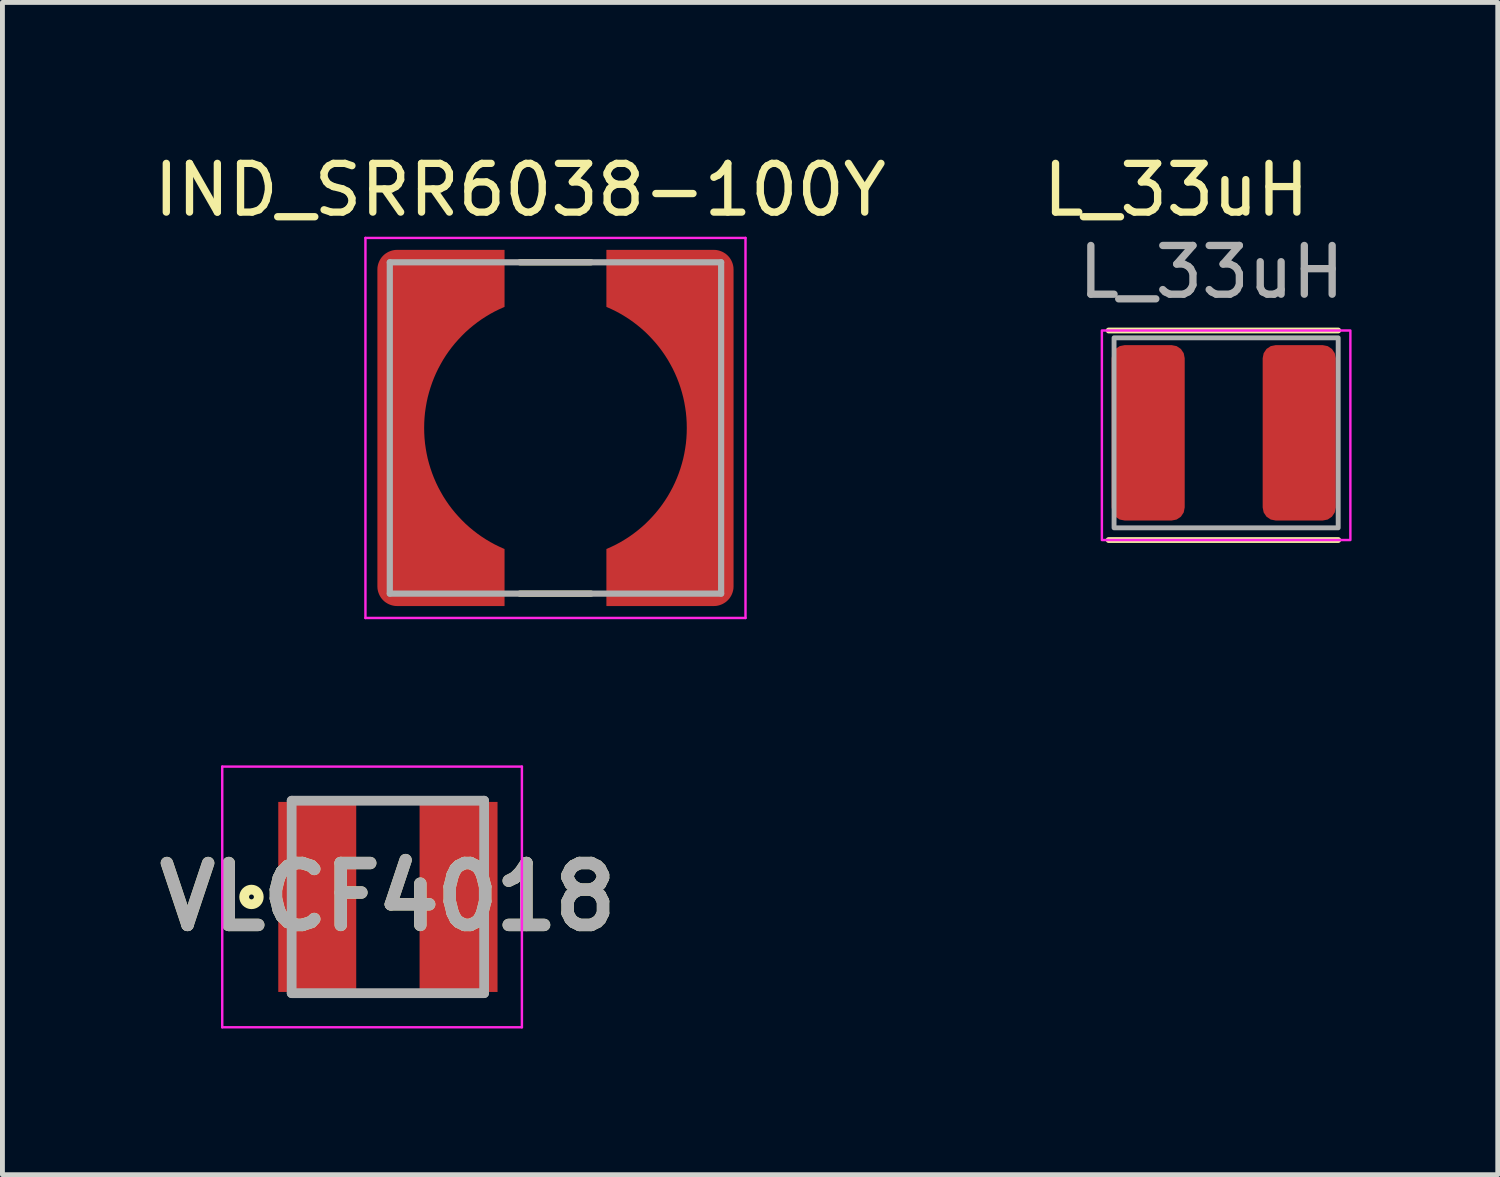
<source format=kicad_pcb>
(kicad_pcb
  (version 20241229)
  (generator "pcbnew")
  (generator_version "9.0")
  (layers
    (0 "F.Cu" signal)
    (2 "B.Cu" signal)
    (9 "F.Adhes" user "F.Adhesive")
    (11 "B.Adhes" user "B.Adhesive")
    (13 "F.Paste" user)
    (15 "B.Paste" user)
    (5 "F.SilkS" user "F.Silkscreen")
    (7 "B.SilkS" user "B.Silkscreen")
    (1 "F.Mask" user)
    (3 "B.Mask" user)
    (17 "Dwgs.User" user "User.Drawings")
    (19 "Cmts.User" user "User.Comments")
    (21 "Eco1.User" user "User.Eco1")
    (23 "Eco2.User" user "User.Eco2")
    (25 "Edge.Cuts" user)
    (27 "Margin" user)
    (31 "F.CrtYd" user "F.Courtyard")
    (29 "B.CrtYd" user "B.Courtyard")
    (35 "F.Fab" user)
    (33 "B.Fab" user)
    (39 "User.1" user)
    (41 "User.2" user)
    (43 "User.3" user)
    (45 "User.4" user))
  (footprint "VLCF4018"
    (layer "F.Cu")
    (at 4.911 15.358)
    (property "Reference" "VLCF4018" (at 0 0 0) (layer "F.SilkS") (effects (font (size 1.27 1.27) (thickness 0.254))))
    (attr smd)
    (fp_circle (center -2.8 0) (end -2.8 0.05) (stroke (width 0.2) (type solid)) (fill no) (layer "F.SilkS"))
    (fp_line (start -3.4 -2.675) (end 2.75 -2.675) (stroke (width 0.05) (type solid)) (layer "F.CrtYd"))
    (fp_line (start -3.4 2.675) (end -3.4 -2.675) (stroke (width 0.05) (type solid)) (layer "F.CrtYd"))
    (fp_line (start 2.75 -2.675) (end 2.75 2.675) (stroke (width 0.05) (type solid)) (layer "F.CrtYd"))
    (fp_line (start 2.75 2.675) (end -3.4 2.675) (stroke (width 0.05) (type solid)) (layer "F.CrtYd"))
    (fp_line (start -1.975 -1.975) (end 1.975 -1.975) (stroke (width 0.2) (type solid)) (layer "F.Fab"))
    (fp_line (start -1.975 1.975) (end -1.975 -1.975) (stroke (width 0.2) (type solid)) (layer "F.Fab"))
    (fp_line (start 1.975 -1.975) (end 1.975 1.975) (stroke (width 0.2) (type solid)) (layer "F.Fab"))
    (fp_line (start 1.975 1.975) (end -1.975 1.975) (stroke (width 0.2) (type solid)) (layer "F.Fab"))
    (fp_text user "${REFERENCE}" (at 0 0 0) (layer "F.Fab") (effects (font (size 1.27 1.27) (thickness 0.254))))
    (pad "1" smd rect (at -1.45 0) (size 1.6 3.9) (layers "F.Cu" "F.Mask" "F.Paste"))
    (pad "2" smd rect (at 1.45 0) (size 1.6 3.9) (layers "F.Cu" "F.Mask" "F.Paste")))
  (footprint "L_33uH"
    (layer "F.Cu")
    (at 21.814 5.733)
    (property "Reference" "L_33uH" (at -0.725 -4.885 0) (layer "F.SilkS") (effects (font (size 1 1) (thickness 0.15))))
    (attr smd)
    (fp_line (start -2.11 -2) (end 2.6 -2) (stroke (width 0.12) (type solid)) (layer "F.SilkS"))
    (fp_line (start 2.6 2.3) (end -2.11 2.3) (stroke (width 0.12) (type solid)) (layer "F.SilkS"))
    (fp_rect (start -2.25 -2) (end 2.85 2.3) (stroke (width 0.05) (type solid)) (fill no) (layer "F.CrtYd"))
    (fp_rect (start -2 -1.85) (end 2.6 2.05) (stroke (width 0.1) (type solid)) (fill no) (layer "F.Fab"))
    (fp_text user "${REFERENCE}" (at 0 -3.2 0) (layer "F.Fab") (effects (font (size 1 1) (thickness 0.15))))
    (pad "1" smd roundrect (at -1.3 0.1) (size 1.5 3.6) (layers "F.Cu" "F.Mask" "F.Paste") (roundrect_rratio 0.179))
    (pad "2" smd roundrect (at 1.8 0.1) (size 1.5 3.6) (layers "F.Cu" "F.Mask" "F.Paste") (roundrect_rratio 0.179)))
  (footprint "IND_SRR6038-100Y"
    (layer "F.Cu")
    (at 8.35 5.733)
    (property "Reference" "IND_SRR6038-100Y" (at -0.725 -4.885 0) (layer "F.SilkS") (effects (font (size 1 1) (thickness 0.15))))
    (attr smd)
    (fp_poly (pts (xy -3.75 3.25) (xy -3.75 -3.25) (xy -3.749 -3.276) (xy -3.747 -3.302) (xy -3.744 -3.328) (xy -3.739 -3.354) (xy -3.733 -3.379) (xy -3.726 -3.405) (xy -3.717 -3.429) (xy -3.707 -3.453) (xy -3.696 -3.477) (xy -3.683 -3.5) (xy -3.669 -3.522) (xy -3.655 -3.544) (xy -3.639 -3.565) (xy -3.622 -3.585) (xy -3.604 -3.604) (xy -3.585 -3.622) (xy -3.565 -3.639) (xy -3.544 -3.655) (xy -3.522 -3.669) (xy -3.5 -3.683) (xy -3.477 -3.696) (xy -3.453 -3.707) (xy -3.429 -3.717) (xy -3.405 -3.726) (xy -3.379 -3.733) (xy -3.354 -3.739) (xy -3.328 -3.744) (xy -3.302 -3.747) (xy -3.276 -3.749) (xy -3.25 -3.75) (xy -0.95 -3.75) (xy -0.95 -2.421) (xy -1.031 -2.388) (xy -1.126 -2.345) (xy -1.219 -2.298) (xy -1.31 -2.247) (xy -1.399 -2.193) (xy -1.485 -2.135) (xy -1.57 -2.074) (xy -1.652 -2.01) (xy -1.731 -1.942) (xy -1.807 -1.871) (xy -1.881 -1.797) (xy -1.951 -1.72) (xy -2.019 -1.641) (xy -2.083 -1.559) (xy -2.143 -1.474) (xy -2.201 -1.387) (xy -2.254 -1.298) (xy -2.305 -1.206) (xy -2.351 -1.113) (xy -2.394 -1.018) (xy -2.432 -0.921) (xy -2.467 -0.823) (xy -2.498 -0.723) (xy -2.525 -0.623) (xy -2.548 -0.521) (xy -2.567 -0.418) (xy -2.581 -0.315) (xy -2.592 -0.212) (xy -2.598 -0.108) (xy -2.6 0) (xy -2.598 0.108) (xy -2.592 0.212) (xy -2.581 0.315) (xy -2.567 0.418) (xy -2.548 0.521) (xy -2.525 0.623) (xy -2.498 0.723) (xy -2.467 0.823) (xy -2.432 0.921) (xy -2.394 1.018) (xy -2.351 1.113) (xy -2.305 1.206) (xy -2.254 1.298) (xy -2.201 1.387) (xy -2.143 1.474) (xy -2.083 1.559) (xy -2.019 1.641) (xy -1.951 1.72) (xy -1.881 1.797) (xy -1.807 1.871) (xy -1.731 1.942) (xy -1.652 2.01) (xy -1.57 2.074) (xy -1.485 2.135) (xy -1.399 2.193) (xy -1.31 2.247) (xy -1.219 2.298) (xy -1.126 2.345) (xy -1.031 2.388) (xy -0.95 2.421) (xy -0.95 3.75) (xy -3.25 3.75) (xy -3.276 3.749) (xy -3.302 3.747) (xy -3.328 3.744) (xy -3.354 3.739) (xy -3.379 3.733) (xy -3.405 3.726) (xy -3.429 3.717) (xy -3.453 3.707) (xy -3.477 3.696) (xy -3.5 3.683) (xy -3.522 3.669) (xy -3.544 3.655) (xy -3.565 3.639) (xy -3.585 3.622) (xy -3.604 3.604) (xy -3.622 3.585) (xy -3.639 3.565) (xy -3.655 3.544) (xy -3.669 3.522) (xy -3.683 3.5) (xy -3.696 3.477) (xy -3.707 3.453) (xy -3.717 3.429) (xy -3.726 3.405) (xy -3.733 3.379) (xy -3.739 3.354) (xy -3.744 3.328) (xy -3.747 3.302) (xy -3.749 3.276) (xy -3.75 3.25)) (stroke (width 0.01) (type solid)) (fill yes) (layer "F.Mask"))
    (fp_poly (pts (xy 0.95 -3.75) (xy 3.25 -3.75) (xy 3.276 -3.749) (xy 3.302 -3.747) (xy 3.328 -3.744) (xy 3.354 -3.739) (xy 3.379 -3.733) (xy 3.405 -3.726) (xy 3.429 -3.717) (xy 3.453 -3.707) (xy 3.477 -3.696) (xy 3.5 -3.683) (xy 3.522 -3.669) (xy 3.544 -3.655) (xy 3.565 -3.639) (xy 3.585 -3.622) (xy 3.604 -3.604) (xy 3.622 -3.585) (xy 3.639 -3.565) (xy 3.655 -3.544) (xy 3.669 -3.522) (xy 3.683 -3.5) (xy 3.696 -3.477) (xy 3.707 -3.453) (xy 3.717 -3.429) (xy 3.726 -3.405) (xy 3.733 -3.379) (xy 3.739 -3.354) (xy 3.744 -3.328) (xy 3.747 -3.302) (xy 3.749 -3.276) (xy 3.75 -3.25) (xy 3.75 3.25) (xy 3.749 3.276) (xy 3.747 3.302) (xy 3.744 3.328) (xy 3.739 3.354) (xy 3.733 3.379) (xy 3.726 3.405) (xy 3.717 3.429) (xy 3.707 3.453) (xy 3.696 3.477) (xy 3.683 3.5) (xy 3.669 3.522) (xy 3.655 3.544) (xy 3.639 3.565) (xy 3.622 3.585) (xy 3.604 3.604) (xy 3.585 3.622) (xy 3.565 3.639) (xy 3.544 3.655) (xy 3.522 3.669) (xy 3.5 3.683) (xy 3.477 3.696) (xy 3.453 3.707) (xy 3.429 3.717) (xy 3.405 3.726) (xy 3.379 3.733) (xy 3.354 3.739) (xy 3.328 3.744) (xy 3.302 3.747) (xy 3.276 3.749) (xy 3.25 3.75) (xy 0.95 3.75) (xy 0.95 2.421) (xy 1.031 2.388) (xy 1.126 2.345) (xy 1.219 2.298) (xy 1.31 2.247) (xy 1.399 2.193) (xy 1.485 2.135) (xy 1.57 2.074) (xy 1.652 2.01) (xy 1.731 1.942) (xy 1.807 1.871) (xy 1.881 1.797) (xy 1.951 1.72) (xy 2.019 1.641) (xy 2.083 1.559) (xy 2.143 1.474) (xy 2.201 1.387) (xy 2.254 1.298) (xy 2.305 1.206) (xy 2.351 1.113) (xy 2.394 1.018) (xy 2.432 0.921) (xy 2.467 0.823) (xy 2.498 0.723) (xy 2.525 0.623) (xy 2.548 0.521) (xy 2.567 0.418) (xy 2.581 0.315) (xy 2.592 0.212) (xy 2.598 0.108) (xy 2.6 0) (xy 2.598 -0.108) (xy 2.592 -0.212) (xy 2.581 -0.315) (xy 2.567 -0.418) (xy 2.548 -0.521) (xy 2.525 -0.623) (xy 2.498 -0.723) (xy 2.467 -0.823) (xy 2.432 -0.921) (xy 2.394 -1.018) (xy 2.351 -1.113) (xy 2.305 -1.206) (xy 2.254 -1.298) (xy 2.201 -1.387) (xy 2.143 -1.474) (xy 2.083 -1.559) (xy 2.019 -1.641) (xy 1.951 -1.72) (xy 1.881 -1.797) (xy 1.807 -1.871) (xy 1.731 -1.942) (xy 1.652 -2.01) (xy 1.57 -2.074) (xy 1.485 -2.135) (xy 1.399 -2.193) (xy 1.31 -2.247) (xy 1.219 -2.298) (xy 1.126 -2.345) (xy 1.031 -2.388) (xy 0.95 -2.421) (xy 0.95 -3.75)) (stroke (width 0.01) (type solid)) (fill yes) (layer "F.Mask"))
    (fp_line (start -0.73 -3.4) (end 0.73 -3.4) (stroke (width 0.127) (type solid)) (layer "F.SilkS"))
    (fp_line (start 0.73 3.4) (end -0.73 3.4) (stroke (width 0.127) (type solid)) (layer "F.SilkS"))
    (fp_poly (pts (xy -1.05 3.65) (xy -3.25 3.65) (xy -3.271 3.649) (xy -3.292 3.648) (xy -3.313 3.645) (xy -3.333 3.641) (xy -3.354 3.636) (xy -3.374 3.63) (xy -3.393 3.623) (xy -3.413 3.615) (xy -3.432 3.606) (xy -3.45 3.596) (xy -3.468 3.585) (xy -3.485 3.574) (xy -3.502 3.561) (xy -3.518 3.547) (xy -3.533 3.533) (xy -3.547 3.518) (xy -3.561 3.502) (xy -3.574 3.485) (xy -3.585 3.468) (xy -3.596 3.45) (xy -3.606 3.432) (xy -3.615 3.413) (xy -3.623 3.393) (xy -3.63 3.374) (xy -3.636 3.354) (xy -3.641 3.333) (xy -3.645 3.313) (xy -3.648 3.292) (xy -3.649 3.271) (xy -3.65 3.25) (xy -3.65 -3.25) (xy -3.649 -3.271) (xy -3.648 -3.292) (xy -3.645 -3.313) (xy -3.641 -3.333) (xy -3.636 -3.354) (xy -3.63 -3.374) (xy -3.623 -3.393) (xy -3.615 -3.413) (xy -3.606 -3.432) (xy -3.596 -3.45) (xy -3.585 -3.468) (xy -3.574 -3.485) (xy -3.561 -3.502) (xy -3.547 -3.518) (xy -3.533 -3.533) (xy -3.518 -3.547) (xy -3.502 -3.561) (xy -3.485 -3.574) (xy -3.468 -3.585) (xy -3.45 -3.596) (xy -3.432 -3.606) (xy -3.413 -3.615) (xy -3.393 -3.623) (xy -3.374 -3.63) (xy -3.354 -3.636) (xy -3.333 -3.641) (xy -3.313 -3.645) (xy -3.292 -3.648) (xy -3.271 -3.649) (xy -3.25 -3.65) (xy -1.05 -3.65) (xy -1.05 -2.488) (xy -1.155 -2.441) (xy -1.249 -2.395) (xy -1.341 -2.345) (xy -1.431 -2.291) (xy -1.519 -2.234) (xy -1.605 -2.173) (xy -1.688 -2.109) (xy -1.769 -2.042) (xy -1.847 -1.972) (xy -1.922 -1.898) (xy -1.994 -1.822) (xy -2.064 -1.743) (xy -2.13 -1.662) (xy -2.193 -1.578) (xy -2.253 -1.491) (xy -2.309 -1.403) (xy -2.361 -1.312) (xy -2.411 -1.219) (xy -2.456 -1.125) (xy -2.498 -1.028) (xy -2.536 -0.93) (xy -2.57 -0.831) (xy -2.6 -0.731) (xy -2.627 -0.629) (xy -2.649 -0.526) (xy -2.667 -0.423) (xy -2.682 -0.319) (xy -2.692 -0.214) (xy -2.698 -0.11) (xy -2.7 0) (xy -2.698 0.11) (xy -2.692 0.214) (xy -2.682 0.319) (xy -2.667 0.423) (xy -2.649 0.526) (xy -2.627 0.629) (xy -2.6 0.731) (xy -2.57 0.831) (xy -2.536 0.93) (xy -2.498 1.028) (xy -2.456 1.125) (xy -2.411 1.219) (xy -2.361 1.312) (xy -2.309 1.403) (xy -2.253 1.491) (xy -2.193 1.578) (xy -2.13 1.662) (xy -2.064 1.743) (xy -1.994 1.822) (xy -1.922 1.898) (xy -1.847 1.972) (xy -1.769 2.042) (xy -1.688 2.109) (xy -1.605 2.173) (xy -1.519 2.234) (xy -1.431 2.291) (xy -1.341 2.345) (xy -1.249 2.395) (xy -1.155 2.441) (xy -1.05 2.488) (xy -1.05 3.65)) (stroke (width 0.01) (type solid)) (fill yes) (layer "F.Paste"))
    (fp_poly (pts (xy 3.65 -3.25) (xy 3.65 3.25) (xy 3.649 3.271) (xy 3.648 3.292) (xy 3.645 3.313) (xy 3.641 3.333) (xy 3.636 3.354) (xy 3.63 3.374) (xy 3.623 3.393) (xy 3.615 3.413) (xy 3.606 3.432) (xy 3.596 3.45) (xy 3.585 3.468) (xy 3.574 3.485) (xy 3.561 3.502) (xy 3.547 3.518) (xy 3.533 3.533) (xy 3.518 3.547) (xy 3.502 3.561) (xy 3.485 3.574) (xy 3.468 3.585) (xy 3.45 3.596) (xy 3.432 3.606) (xy 3.413 3.615) (xy 3.393 3.623) (xy 3.374 3.63) (xy 3.354 3.636) (xy 3.333 3.641) (xy 3.313 3.645) (xy 3.292 3.648) (xy 3.271 3.649) (xy 3.25 3.65) (xy 1.05 3.65) (xy 1.05 2.488) (xy 1.155 2.441) (xy 1.249 2.395) (xy 1.341 2.345) (xy 1.431 2.291) (xy 1.519 2.234) (xy 1.605 2.173) (xy 1.688 2.109) (xy 1.769 2.042) (xy 1.847 1.972) (xy 1.922 1.898) (xy 1.994 1.822) (xy 2.064 1.743) (xy 2.13 1.662) (xy 2.193 1.578) (xy 2.253 1.491) (xy 2.309 1.403) (xy 2.361 1.312) (xy 2.411 1.219) (xy 2.456 1.125) (xy 2.498 1.028) (xy 2.536 0.93) (xy 2.57 0.831) (xy 2.6 0.731) (xy 2.627 0.629) (xy 2.649 0.526) (xy 2.667 0.423) (xy 2.682 0.319) (xy 2.692 0.214) (xy 2.698 0.11) (xy 2.7 0) (xy 2.698 -0.11) (xy 2.692 -0.214) (xy 2.682 -0.319) (xy 2.667 -0.423) (xy 2.649 -0.526) (xy 2.627 -0.629) (xy 2.6 -0.731) (xy 2.57 -0.831) (xy 2.536 -0.93) (xy 2.498 -1.028) (xy 2.456 -1.125) (xy 2.411 -1.219) (xy 2.361 -1.312) (xy 2.309 -1.403) (xy 2.253 -1.491) (xy 2.193 -1.578) (xy 2.13 -1.662) (xy 2.064 -1.743) (xy 1.994 -1.822) (xy 1.922 -1.898) (xy 1.847 -1.972) (xy 1.769 -2.042) (xy 1.688 -2.109) (xy 1.605 -2.173) (xy 1.519 -2.234) (xy 1.431 -2.291) (xy 1.341 -2.345) (xy 1.249 -2.395) (xy 1.155 -2.441) (xy 1.05 -2.488) (xy 1.05 -3.65) (xy 3.25 -3.65) (xy 3.271 -3.649) (xy 3.292 -3.648) (xy 3.313 -3.645) (xy 3.333 -3.641) (xy 3.354 -3.636) (xy 3.374 -3.63) (xy 3.393 -3.623) (xy 3.413 -3.615) (xy 3.432 -3.606) (xy 3.45 -3.596) (xy 3.468 -3.585) (xy 3.485 -3.574) (xy 3.502 -3.561) (xy 3.518 -3.547) (xy 3.533 -3.533) (xy 3.547 -3.518) (xy 3.561 -3.502) (xy 3.574 -3.485) (xy 3.585 -3.468) (xy 3.596 -3.45) (xy 3.606 -3.432) (xy 3.615 -3.413) (xy 3.623 -3.393) (xy 3.63 -3.374) (xy 3.636 -3.354) (xy 3.641 -3.333) (xy 3.645 -3.313) (xy 3.648 -3.292) (xy 3.649 -3.271) (xy 3.65 -3.25)) (stroke (width 0.01) (type solid)) (fill yes) (layer "F.Paste"))
    (fp_line (start -3.9 -3.9) (end 3.9 -3.9) (stroke (width 0.05) (type solid)) (layer "F.CrtYd"))
    (fp_line (start -3.9 3.9) (end -3.9 -3.9) (stroke (width 0.05) (type solid)) (layer "F.CrtYd"))
    (fp_line (start 3.9 -3.9) (end 3.9 3.9) (stroke (width 0.05) (type solid)) (layer "F.CrtYd"))
    (fp_line (start 3.9 3.9) (end -3.9 3.9) (stroke (width 0.05) (type solid)) (layer "F.CrtYd"))
    (fp_line (start -3.4 -3.4) (end 3.4 -3.4) (stroke (width 0.127) (type solid)) (layer "F.Fab"))
    (fp_line (start -3.4 3.4) (end -3.4 -3.4) (stroke (width 0.127) (type solid)) (layer "F.Fab"))
    (fp_line (start 3.4 -3.4) (end 3.4 3.4) (stroke (width 0.127) (type solid)) (layer "F.Fab"))
    (fp_line (start 3.4 3.4) (end -3.4 3.4) (stroke (width 0.127) (type solid)) (layer "F.Fab"))
    (pad "1" smd custom (at -3.175 0) (size 0.5 0.5) (layers "F.Cu") (options (anchor rect)) (primitives (gr_poly (pts (xy 2.125 3.65) (xy -0.075 3.65) (xy -0.096 3.649) (xy -0.117 3.648) (xy -0.138 3.645) (xy -0.158 3.641) (xy -0.179 3.636) (xy -0.199 3.63) (xy -0.218 3.623) (xy -0.238 3.615) (xy -0.257 3.606) (xy -0.275 3.596) (xy -0.293 3.585) (xy -0.31 3.574) (xy -0.327 3.561) (xy -0.343 3.547) (xy -0.358 3.533) (xy -0.372 3.518) (xy -0.386 3.502) (xy -0.399 3.485) (xy -0.41 3.468) (xy -0.421 3.45) (xy -0.431 3.432) (xy -0.44 3.413) (xy -0.448 3.393) (xy -0.455 3.374) (xy -0.461 3.354) (xy -0.466 3.333) (xy -0.47 3.313) (xy -0.473 3.292) (xy -0.474 3.271) (xy -0.475 3.25) (xy -0.475 -3.25) (xy -0.474 -3.271) (xy -0.473 -3.292) (xy -0.47 -3.313) (xy -0.466 -3.333) (xy -0.461 -3.354) (xy -0.455 -3.374) (xy -0.448 -3.393) (xy -0.44 -3.413) (xy -0.431 -3.432) (xy -0.421 -3.45) (xy -0.41 -3.468) (xy -0.399 -3.485) (xy -0.386 -3.502) (xy -0.372 -3.518) (xy -0.358 -3.533) (xy -0.343 -3.547) (xy -0.327 -3.561) (xy -0.31 -3.574) (xy -0.293 -3.585) (xy -0.275 -3.596) (xy -0.257 -3.606) (xy -0.238 -3.615) (xy -0.218 -3.623) (xy -0.199 -3.63) (xy -0.179 -3.636) (xy -0.158 -3.641) (xy -0.138 -3.645) (xy -0.117 -3.648) (xy -0.096 -3.649) (xy -0.075 -3.65) (xy 2.125 -3.65) (xy 2.125 -2.488) (xy 2.02 -2.441) (xy 1.926 -2.395) (xy 1.834 -2.345) (xy 1.744 -2.291) (xy 1.656 -2.234) (xy 1.57 -2.173) (xy 1.487 -2.109) (xy 1.406 -2.042) (xy 1.328 -1.972) (xy 1.253 -1.898) (xy 1.181 -1.822) (xy 1.111 -1.743) (xy 1.045 -1.662) (xy 0.982 -1.578) (xy 0.922 -1.491) (xy 0.866 -1.403) (xy 0.814 -1.312) (xy 0.764 -1.219) (xy 0.719 -1.125) (xy 0.677 -1.028) (xy 0.639 -0.93) (xy 0.605 -0.831) (xy 0.575 -0.731) (xy 0.548 -0.629) (xy 0.526 -0.526) (xy 0.508 -0.423) (xy 0.493 -0.319) (xy 0.483 -0.214) (xy 0.477 -0.11) (xy 0.475 0) (xy 0.477 0.11) (xy 0.483 0.214) (xy 0.493 0.319) (xy 0.508 0.423) (xy 0.526 0.526) (xy 0.548 0.629) (xy 0.575 0.731) (xy 0.605 0.831) (xy 0.639 0.93) (xy 0.677 1.028) (xy 0.719 1.125) (xy 0.764 1.219) (xy 0.814 1.312) (xy 0.866 1.403) (xy 0.922 1.491) (xy 0.982 1.578) (xy 1.045 1.662) (xy 1.111 1.743) (xy 1.181 1.822) (xy 1.253 1.898) (xy 1.328 1.972) (xy 1.406 2.042) (xy 1.487 2.109) (xy 1.57 2.173) (xy 1.656 2.234) (xy 1.744 2.291) (xy 1.834 2.345) (xy 1.926 2.395) (xy 2.02 2.441) (xy 2.125 2.488) (xy 2.125 3.65)) (width 0.01) (fill yes))))
    (pad "2" smd custom (at 3.175 0) (size 0.5 0.5) (layers "F.Cu") (options (anchor rect)) (primitives (gr_poly (pts (xy 0.475 -3.25) (xy 0.475 3.25) (xy 0.474 3.271) (xy 0.473 3.292) (xy 0.47 3.313) (xy 0.466 3.333) (xy 0.461 3.354) (xy 0.455 3.374) (xy 0.448 3.393) (xy 0.44 3.413) (xy 0.431 3.432) (xy 0.421 3.45) (xy 0.41 3.468) (xy 0.399 3.485) (xy 0.386 3.502) (xy 0.372 3.518) (xy 0.358 3.533) (xy 0.343 3.547) (xy 0.327 3.561) (xy 0.31 3.574) (xy 0.293 3.585) (xy 0.275 3.596) (xy 0.257 3.606) (xy 0.238 3.615) (xy 0.218 3.623) (xy 0.199 3.63) (xy 0.179 3.636) (xy 0.158 3.641) (xy 0.138 3.645) (xy 0.117 3.648) (xy 0.096 3.649) (xy 0.075 3.65) (xy -2.125 3.65) (xy -2.125 2.488) (xy -2.02 2.441) (xy -1.926 2.395) (xy -1.834 2.345) (xy -1.744 2.291) (xy -1.656 2.234) (xy -1.57 2.173) (xy -1.487 2.109) (xy -1.406 2.042) (xy -1.328 1.972) (xy -1.253 1.898) (xy -1.181 1.822) (xy -1.111 1.743) (xy -1.045 1.662) (xy -0.982 1.578) (xy -0.922 1.491) (xy -0.866 1.403) (xy -0.814 1.312) (xy -0.764 1.219) (xy -0.719 1.125) (xy -0.677 1.028) (xy -0.639 0.93) (xy -0.605 0.831) (xy -0.575 0.731) (xy -0.548 0.629) (xy -0.526 0.526) (xy -0.508 0.423) (xy -0.493 0.319) (xy -0.483 0.214) (xy -0.477 0.11) (xy -0.475 0) (xy -0.477 -0.11) (xy -0.483 -0.214) (xy -0.493 -0.319) (xy -0.508 -0.423) (xy -0.526 -0.526) (xy -0.548 -0.629) (xy -0.575 -0.731) (xy -0.605 -0.831) (xy -0.639 -0.93) (xy -0.677 -1.028) (xy -0.719 -1.125) (xy -0.764 -1.219) (xy -0.814 -1.312) (xy -0.866 -1.403) (xy -0.922 -1.491) (xy -0.982 -1.578) (xy -1.045 -1.662) (xy -1.111 -1.743) (xy -1.181 -1.822) (xy -1.253 -1.898) (xy -1.328 -1.972) (xy -1.406 -2.042) (xy -1.487 -2.109) (xy -1.57 -2.173) (xy -1.656 -2.234) (xy -1.744 -2.291) (xy -1.834 -2.345) (xy -1.926 -2.395) (xy -2.02 -2.441) (xy -2.125 -2.488) (xy -2.125 -3.65) (xy 0.075 -3.65) (xy 0.096 -3.649) (xy 0.117 -3.648) (xy 0.138 -3.645) (xy 0.158 -3.641) (xy 0.179 -3.636) (xy 0.199 -3.63) (xy 0.218 -3.623) (xy 0.238 -3.615) (xy 0.257 -3.606) (xy 0.275 -3.596) (xy 0.293 -3.585) (xy 0.31 -3.574) (xy 0.327 -3.561) (xy 0.343 -3.547) (xy 0.358 -3.533) (xy 0.372 -3.518) (xy 0.386 -3.502) (xy 0.399 -3.485) (xy 0.41 -3.468) (xy 0.421 -3.45) (xy 0.431 -3.432) (xy 0.44 -3.413) (xy 0.448 -3.393) (xy 0.455 -3.374) (xy 0.461 -3.354) (xy 0.466 -3.333) (xy 0.47 -3.313) (xy 0.473 -3.292) (xy 0.474 -3.271) (xy 0.475 -3.25)) (width 0.01) (fill yes)))))
  (gr_rect
    (start -3 -3)
    (end 27.689 21.058)
    (stroke (width 0.1) (type default))
    (fill no)
    (layer "Edge.Cuts")))
</source>
